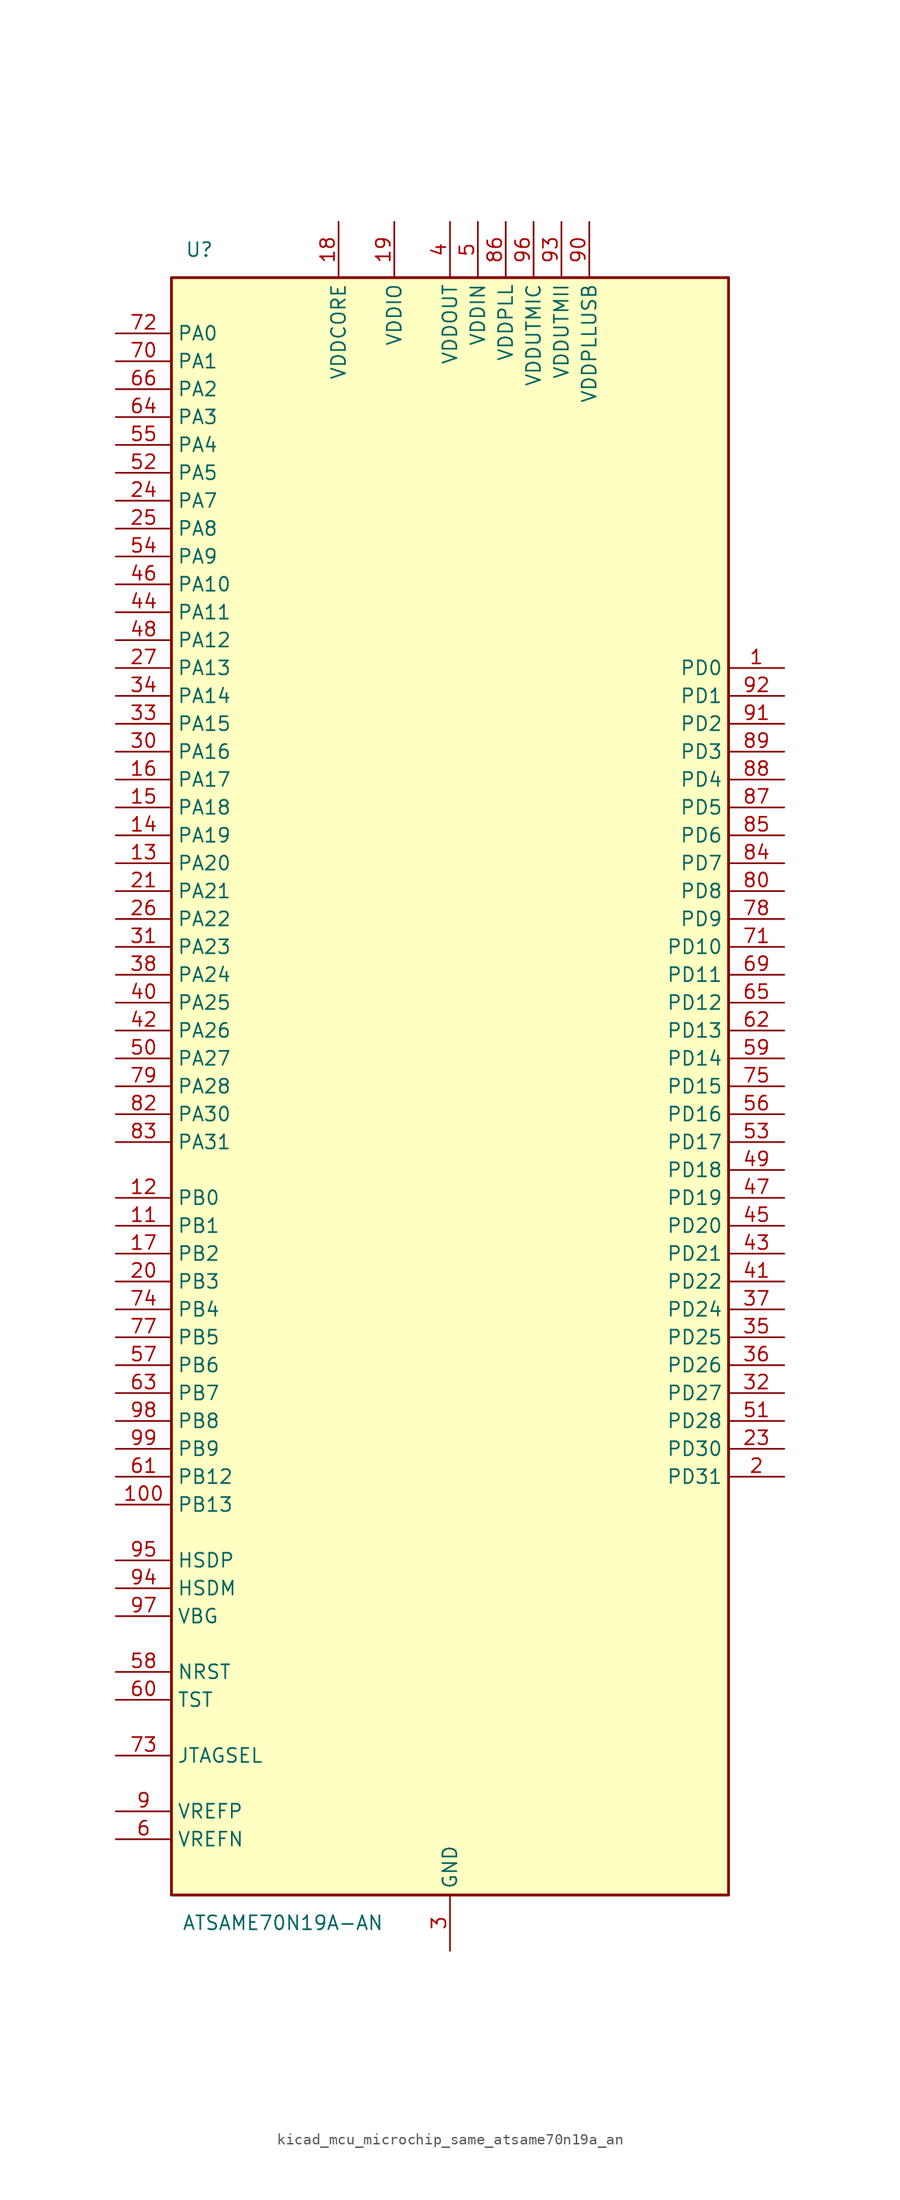
<source format=kicad_sym>
(kicad_symbol_lib
  (version 20220914)
  (generator kicad_symbol_editor)
  (symbol "kicad_mcu_microchip_same_atsame70n19a_an"
    (property "Reference" "U"
      (at -22.86 76.2 0)
      (effects (font (size 1.27 1.27))))
    (property "Value" "ATSAME70N19A-AN"
      (at -15.24 -76.2 0)
      (effects (font (size 1.27 1.27))))
    (symbol "kicad_mcu_microchip_same_atsame70n19a_an_0_1"
      (rectangle (start 25.4 73.66) (end -25.4 -73.66) (stroke (width 0.254) (type default)) (fill (type background))))
    (symbol "kicad_mcu_microchip_same_atsame70n19a_an_1_1"
      (pin bidirectional line (at 30.48 38.1 180) (length 5.08) (name "PD0" (effects (font (size 1.27 1.27)))) (number "1" (effects (font (size 1.27 1.27)))))
      (pin passive line (at 0 -78.74 90) (length 5.08) hide (name "GND" (effects (font (size 1.27 1.27)))) (number "10" (effects (font (size 1.27 1.27)))))
      (pin bidirectional line (at -30.48 -38.1 0) (length 5.08) (name "PB13" (effects (font (size 1.27 1.27)))) (number "100" (effects (font (size 1.27 1.27)))))
      (pin bidirectional line (at -30.48 -12.7 0) (length 5.08) (name "PB1" (effects (font (size 1.27 1.27)))) (number "11" (effects (font (size 1.27 1.27)))))
      (pin bidirectional line (at -30.48 -10.16 0) (length 5.08) (name "PB0" (effects (font (size 1.27 1.27)))) (number "12" (effects (font (size 1.27 1.27)))))
      (pin bidirectional line (at -30.48 20.32 0) (length 5.08) (name "PA20" (effects (font (size 1.27 1.27)))) (number "13" (effects (font (size 1.27 1.27)))))
      (pin bidirectional line (at -30.48 22.86 0) (length 5.08) (name "PA19" (effects (font (size 1.27 1.27)))) (number "14" (effects (font (size 1.27 1.27)))))
      (pin bidirectional line (at -30.48 25.4 0) (length 5.08) (name "PA18" (effects (font (size 1.27 1.27)))) (number "15" (effects (font (size 1.27 1.27)))))
      (pin bidirectional line (at -30.48 27.94 0) (length 5.08) (name "PA17" (effects (font (size 1.27 1.27)))) (number "16" (effects (font (size 1.27 1.27)))))
      (pin bidirectional line (at -30.48 -15.24 0) (length 5.08) (name "PB2" (effects (font (size 1.27 1.27)))) (number "17" (effects (font (size 1.27 1.27)))))
      (pin power_in line (at -10.16 78.74 270) (length 5.08) (name "VDDCORE" (effects (font (size 1.27 1.27)))) (number "18" (effects (font (size 1.27 1.27)))))
      (pin power_in line (at -5.08 78.74 270) (length 5.08) (name "VDDIO" (effects (font (size 1.27 1.27)))) (number "19" (effects (font (size 1.27 1.27)))))
      (pin bidirectional line (at 30.48 -35.56 180) (length 5.08) (name "PD31" (effects (font (size 1.27 1.27)))) (number "2" (effects (font (size 1.27 1.27)))))
      (pin bidirectional line (at -30.48 -17.78 0) (length 5.08) (name "PB3" (effects (font (size 1.27 1.27)))) (number "20" (effects (font (size 1.27 1.27)))))
      (pin bidirectional line (at -30.48 17.78 0) (length 5.08) (name "PA21" (effects (font (size 1.27 1.27)))) (number "21" (effects (font (size 1.27 1.27)))))
      (pin passive line (at -10.16 78.74 270) (length 5.08) hide (name "VDDCORE" (effects (font (size 1.27 1.27)))) (number "22" (effects (font (size 1.27 1.27)))))
      (pin bidirectional line (at 30.48 -33.02 180) (length 5.08) (name "PD30" (effects (font (size 1.27 1.27)))) (number "23" (effects (font (size 1.27 1.27)))))
      (pin bidirectional line (at -30.48 53.34 0) (length 5.08) (name "PA7" (effects (font (size 1.27 1.27)))) (number "24" (effects (font (size 1.27 1.27)))))
      (pin bidirectional line (at -30.48 50.8 0) (length 5.08) (name "PA8" (effects (font (size 1.27 1.27)))) (number "25" (effects (font (size 1.27 1.27)))))
      (pin bidirectional line (at -30.48 15.24 0) (length 5.08) (name "PA22" (effects (font (size 1.27 1.27)))) (number "26" (effects (font (size 1.27 1.27)))))
      (pin bidirectional line (at -30.48 38.1 0) (length 5.08) (name "PA13" (effects (font (size 1.27 1.27)))) (number "27" (effects (font (size 1.27 1.27)))))
      (pin passive line (at -5.08 78.74 270) (length 5.08) hide (name "VDDIO" (effects (font (size 1.27 1.27)))) (number "28" (effects (font (size 1.27 1.27)))))
      (pin passive line (at 0 -78.74 90) (length 5.08) hide (name "GND" (effects (font (size 1.27 1.27)))) (number "29" (effects (font (size 1.27 1.27)))))
      (pin power_in line (at 0 -78.74 90) (length 5.08) (name "GND" (effects (font (size 1.27 1.27)))) (number "3" (effects (font (size 1.27 1.27)))))
      (pin bidirectional line (at -30.48 30.48 0) (length 5.08) (name "PA16" (effects (font (size 1.27 1.27)))) (number "30" (effects (font (size 1.27 1.27)))))
      (pin bidirectional line (at -30.48 12.7 0) (length 5.08) (name "PA23" (effects (font (size 1.27 1.27)))) (number "31" (effects (font (size 1.27 1.27)))))
      (pin bidirectional line (at 30.48 -27.94 180) (length 5.08) (name "PD27" (effects (font (size 1.27 1.27)))) (number "32" (effects (font (size 1.27 1.27)))))
      (pin bidirectional line (at -30.48 33.02 0) (length 5.08) (name "PA15" (effects (font (size 1.27 1.27)))) (number "33" (effects (font (size 1.27 1.27)))))
      (pin bidirectional line (at -30.48 35.56 0) (length 5.08) (name "PA14" (effects (font (size 1.27 1.27)))) (number "34" (effects (font (size 1.27 1.27)))))
      (pin bidirectional line (at 30.48 -22.86 180) (length 5.08) (name "PD25" (effects (font (size 1.27 1.27)))) (number "35" (effects (font (size 1.27 1.27)))))
      (pin bidirectional line (at 30.48 -25.4 180) (length 5.08) (name "PD26" (effects (font (size 1.27 1.27)))) (number "36" (effects (font (size 1.27 1.27)))))
      (pin bidirectional line (at 30.48 -20.32 180) (length 5.08) (name "PD24" (effects (font (size 1.27 1.27)))) (number "37" (effects (font (size 1.27 1.27)))))
      (pin bidirectional line (at -30.48 10.16 0) (length 5.08) (name "PA24" (effects (font (size 1.27 1.27)))) (number "38" (effects (font (size 1.27 1.27)))))
      (pin passive line (at -10.16 78.74 270) (length 5.08) hide (name "VDDCORE" (effects (font (size 1.27 1.27)))) (number "39" (effects (font (size 1.27 1.27)))))
      (pin power_in line (at 0 78.74 270) (length 5.08) (name "VDDOUT" (effects (font (size 1.27 1.27)))) (number "4" (effects (font (size 1.27 1.27)))))
      (pin bidirectional line (at -30.48 7.62 0) (length 5.08) (name "PA25" (effects (font (size 1.27 1.27)))) (number "40" (effects (font (size 1.27 1.27)))))
      (pin bidirectional line (at 30.48 -17.78 180) (length 5.08) (name "PD22" (effects (font (size 1.27 1.27)))) (number "41" (effects (font (size 1.27 1.27)))))
      (pin bidirectional line (at -30.48 5.08 0) (length 5.08) (name "PA26" (effects (font (size 1.27 1.27)))) (number "42" (effects (font (size 1.27 1.27)))))
      (pin bidirectional line (at 30.48 -15.24 180) (length 5.08) (name "PD21" (effects (font (size 1.27 1.27)))) (number "43" (effects (font (size 1.27 1.27)))))
      (pin bidirectional line (at -30.48 43.18 0) (length 5.08) (name "PA11" (effects (font (size 1.27 1.27)))) (number "44" (effects (font (size 1.27 1.27)))))
      (pin bidirectional line (at 30.48 -12.7 180) (length 5.08) (name "PD20" (effects (font (size 1.27 1.27)))) (number "45" (effects (font (size 1.27 1.27)))))
      (pin bidirectional line (at -30.48 45.72 0) (length 5.08) (name "PA10" (effects (font (size 1.27 1.27)))) (number "46" (effects (font (size 1.27 1.27)))))
      (pin bidirectional line (at 30.48 -10.16 180) (length 5.08) (name "PD19" (effects (font (size 1.27 1.27)))) (number "47" (effects (font (size 1.27 1.27)))))
      (pin bidirectional line (at -30.48 40.64 0) (length 5.08) (name "PA12" (effects (font (size 1.27 1.27)))) (number "48" (effects (font (size 1.27 1.27)))))
      (pin bidirectional line (at 30.48 -7.62 180) (length 5.08) (name "PD18" (effects (font (size 1.27 1.27)))) (number "49" (effects (font (size 1.27 1.27)))))
      (pin power_in line (at 2.54 78.74 270) (length 5.08) (name "VDDIN" (effects (font (size 1.27 1.27)))) (number "5" (effects (font (size 1.27 1.27)))))
      (pin bidirectional line (at -30.48 2.54 0) (length 5.08) (name "PA27" (effects (font (size 1.27 1.27)))) (number "50" (effects (font (size 1.27 1.27)))))
      (pin bidirectional line (at 30.48 -30.48 180) (length 5.08) (name "PD28" (effects (font (size 1.27 1.27)))) (number "51" (effects (font (size 1.27 1.27)))))
      (pin bidirectional line (at -30.48 55.88 0) (length 5.08) (name "PA5" (effects (font (size 1.27 1.27)))) (number "52" (effects (font (size 1.27 1.27)))))
      (pin bidirectional line (at 30.48 -5.08 180) (length 5.08) (name "PD17" (effects (font (size 1.27 1.27)))) (number "53" (effects (font (size 1.27 1.27)))))
      (pin bidirectional line (at -30.48 48.26 0) (length 5.08) (name "PA9" (effects (font (size 1.27 1.27)))) (number "54" (effects (font (size 1.27 1.27)))))
      (pin bidirectional line (at -30.48 58.42 0) (length 5.08) (name "PA4" (effects (font (size 1.27 1.27)))) (number "55" (effects (font (size 1.27 1.27)))))
      (pin bidirectional line (at 30.48 -2.54 180) (length 5.08) (name "PD16" (effects (font (size 1.27 1.27)))) (number "56" (effects (font (size 1.27 1.27)))))
      (pin bidirectional line (at -30.48 -25.4 0) (length 5.08) (name "PB6" (effects (font (size 1.27 1.27)))) (number "57" (effects (font (size 1.27 1.27)))))
      (pin bidirectional line (at -30.48 -53.34 0) (length 5.08) (name "NRST" (effects (font (size 1.27 1.27)))) (number "58" (effects (font (size 1.27 1.27)))))
      (pin bidirectional line (at 30.48 2.54 180) (length 5.08) (name "PD14" (effects (font (size 1.27 1.27)))) (number "59" (effects (font (size 1.27 1.27)))))
      (pin input line (at -30.48 -68.58 0) (length 5.08) (name "VREFN" (effects (font (size 1.27 1.27)))) (number "6" (effects (font (size 1.27 1.27)))))
      (pin input line (at -30.48 -55.88 0) (length 5.08) (name "TST" (effects (font (size 1.27 1.27)))) (number "60" (effects (font (size 1.27 1.27)))))
      (pin bidirectional line (at -30.48 -35.56 0) (length 5.08) (name "PB12" (effects (font (size 1.27 1.27)))) (number "61" (effects (font (size 1.27 1.27)))))
      (pin bidirectional line (at 30.48 5.08 180) (length 5.08) (name "PD13" (effects (font (size 1.27 1.27)))) (number "62" (effects (font (size 1.27 1.27)))))
      (pin bidirectional line (at -30.48 -27.94 0) (length 5.08) (name "PB7" (effects (font (size 1.27 1.27)))) (number "63" (effects (font (size 1.27 1.27)))))
      (pin bidirectional line (at -30.48 60.96 0) (length 5.08) (name "PA3" (effects (font (size 1.27 1.27)))) (number "64" (effects (font (size 1.27 1.27)))))
      (pin bidirectional line (at 30.48 7.62 180) (length 5.08) (name "PD12" (effects (font (size 1.27 1.27)))) (number "65" (effects (font (size 1.27 1.27)))))
      (pin bidirectional line (at -30.48 63.5 0) (length 5.08) (name "PA2" (effects (font (size 1.27 1.27)))) (number "66" (effects (font (size 1.27 1.27)))))
      (pin passive line (at 0 -78.74 90) (length 5.08) hide (name "GND" (effects (font (size 1.27 1.27)))) (number "67" (effects (font (size 1.27 1.27)))))
      (pin passive line (at -5.08 78.74 270) (length 5.08) hide (name "VDDIO" (effects (font (size 1.27 1.27)))) (number "68" (effects (font (size 1.27 1.27)))))
      (pin bidirectional line (at 30.48 10.16 180) (length 5.08) (name "PD11" (effects (font (size 1.27 1.27)))) (number "69" (effects (font (size 1.27 1.27)))))
      (pin passive line (at 0 -78.74 90) (length 5.08) hide (name "GND" (effects (font (size 1.27 1.27)))) (number "7" (effects (font (size 1.27 1.27)))))
      (pin bidirectional line (at -30.48 66.04 0) (length 5.08) (name "PA1" (effects (font (size 1.27 1.27)))) (number "70" (effects (font (size 1.27 1.27)))))
      (pin bidirectional line (at 30.48 12.7 180) (length 5.08) (name "PD10" (effects (font (size 1.27 1.27)))) (number "71" (effects (font (size 1.27 1.27)))))
      (pin bidirectional line (at -30.48 68.58 0) (length 5.08) (name "PA0" (effects (font (size 1.27 1.27)))) (number "72" (effects (font (size 1.27 1.27)))))
      (pin input line (at -30.48 -60.96 0) (length 5.08) (name "JTAGSEL" (effects (font (size 1.27 1.27)))) (number "73" (effects (font (size 1.27 1.27)))))
      (pin bidirectional line (at -30.48 -20.32 0) (length 5.08) (name "PB4" (effects (font (size 1.27 1.27)))) (number "74" (effects (font (size 1.27 1.27)))))
      (pin bidirectional line (at 30.48 0 180) (length 5.08) (name "PD15" (effects (font (size 1.27 1.27)))) (number "75" (effects (font (size 1.27 1.27)))))
      (pin passive line (at -10.16 78.74 270) (length 5.08) hide (name "VDDCORE" (effects (font (size 1.27 1.27)))) (number "76" (effects (font (size 1.27 1.27)))))
      (pin bidirectional line (at -30.48 -22.86 0) (length 5.08) (name "PB5" (effects (font (size 1.27 1.27)))) (number "77" (effects (font (size 1.27 1.27)))))
      (pin bidirectional line (at 30.48 15.24 180) (length 5.08) (name "PD9" (effects (font (size 1.27 1.27)))) (number "78" (effects (font (size 1.27 1.27)))))
      (pin bidirectional line (at -30.48 0 0) (length 5.08) (name "PA28" (effects (font (size 1.27 1.27)))) (number "79" (effects (font (size 1.27 1.27)))))
      (pin passive line (at 0 -78.74 90) (length 5.08) hide (name "GND" (effects (font (size 1.27 1.27)))) (number "8" (effects (font (size 1.27 1.27)))))
      (pin bidirectional line (at 30.48 17.78 180) (length 5.08) (name "PD8" (effects (font (size 1.27 1.27)))) (number "80" (effects (font (size 1.27 1.27)))))
      (pin passive line (at -5.08 78.74 270) (length 5.08) hide (name "VDDIO" (effects (font (size 1.27 1.27)))) (number "81" (effects (font (size 1.27 1.27)))))
      (pin bidirectional line (at -30.48 -2.54 0) (length 5.08) (name "PA30" (effects (font (size 1.27 1.27)))) (number "82" (effects (font (size 1.27 1.27)))))
      (pin bidirectional line (at -30.48 -5.08 0) (length 5.08) (name "PA31" (effects (font (size 1.27 1.27)))) (number "83" (effects (font (size 1.27 1.27)))))
      (pin bidirectional line (at 30.48 20.32 180) (length 5.08) (name "PD7" (effects (font (size 1.27 1.27)))) (number "84" (effects (font (size 1.27 1.27)))))
      (pin bidirectional line (at 30.48 22.86 180) (length 5.08) (name "PD6" (effects (font (size 1.27 1.27)))) (number "85" (effects (font (size 1.27 1.27)))))
      (pin power_in line (at 5.08 78.74 270) (length 5.08) (name "VDDPLL" (effects (font (size 1.27 1.27)))) (number "86" (effects (font (size 1.27 1.27)))))
      (pin bidirectional line (at 30.48 25.4 180) (length 5.08) (name "PD5" (effects (font (size 1.27 1.27)))) (number "87" (effects (font (size 1.27 1.27)))))
      (pin bidirectional line (at 30.48 27.94 180) (length 5.08) (name "PD4" (effects (font (size 1.27 1.27)))) (number "88" (effects (font (size 1.27 1.27)))))
      (pin bidirectional line (at 30.48 30.48 180) (length 5.08) (name "PD3" (effects (font (size 1.27 1.27)))) (number "89" (effects (font (size 1.27 1.27)))))
      (pin input line (at -30.48 -66.04 0) (length 5.08) (name "VREFP" (effects (font (size 1.27 1.27)))) (number "9" (effects (font (size 1.27 1.27)))))
      (pin power_in line (at 12.7 78.74 270) (length 5.08) (name "VDDPLLUSB" (effects (font (size 1.27 1.27)))) (number "90" (effects (font (size 1.27 1.27)))))
      (pin bidirectional line (at 30.48 33.02 180) (length 5.08) (name "PD2" (effects (font (size 1.27 1.27)))) (number "91" (effects (font (size 1.27 1.27)))))
      (pin bidirectional line (at 30.48 35.56 180) (length 5.08) (name "PD1" (effects (font (size 1.27 1.27)))) (number "92" (effects (font (size 1.27 1.27)))))
      (pin power_in line (at 10.16 78.74 270) (length 5.08) (name "VDDUTMII" (effects (font (size 1.27 1.27)))) (number "93" (effects (font (size 1.27 1.27)))))
      (pin bidirectional line (at -30.48 -45.72 0) (length 5.08) (name "HSDM" (effects (font (size 1.27 1.27)))) (number "94" (effects (font (size 1.27 1.27)))))
      (pin bidirectional line (at -30.48 -43.18 0) (length 5.08) (name "HSDP" (effects (font (size 1.27 1.27)))) (number "95" (effects (font (size 1.27 1.27)))))
      (pin power_in line (at 7.62 78.74 270) (length 5.08) (name "VDDUTMIC" (effects (font (size 1.27 1.27)))) (number "96" (effects (font (size 1.27 1.27)))))
      (pin input line (at -30.48 -48.26 0) (length 5.08) (name "VBG" (effects (font (size 1.27 1.27)))) (number "97" (effects (font (size 1.27 1.27)))))
      (pin bidirectional line (at -30.48 -30.48 0) (length 5.08) (name "PB8" (effects (font (size 1.27 1.27)))) (number "98" (effects (font (size 1.27 1.27)))))
      (pin bidirectional line (at -30.48 -33.02 0) (length 5.08) (name "PB9" (effects (font (size 1.27 1.27)))) (number "99" (effects (font (size 1.27 1.27))))))))
</source>
